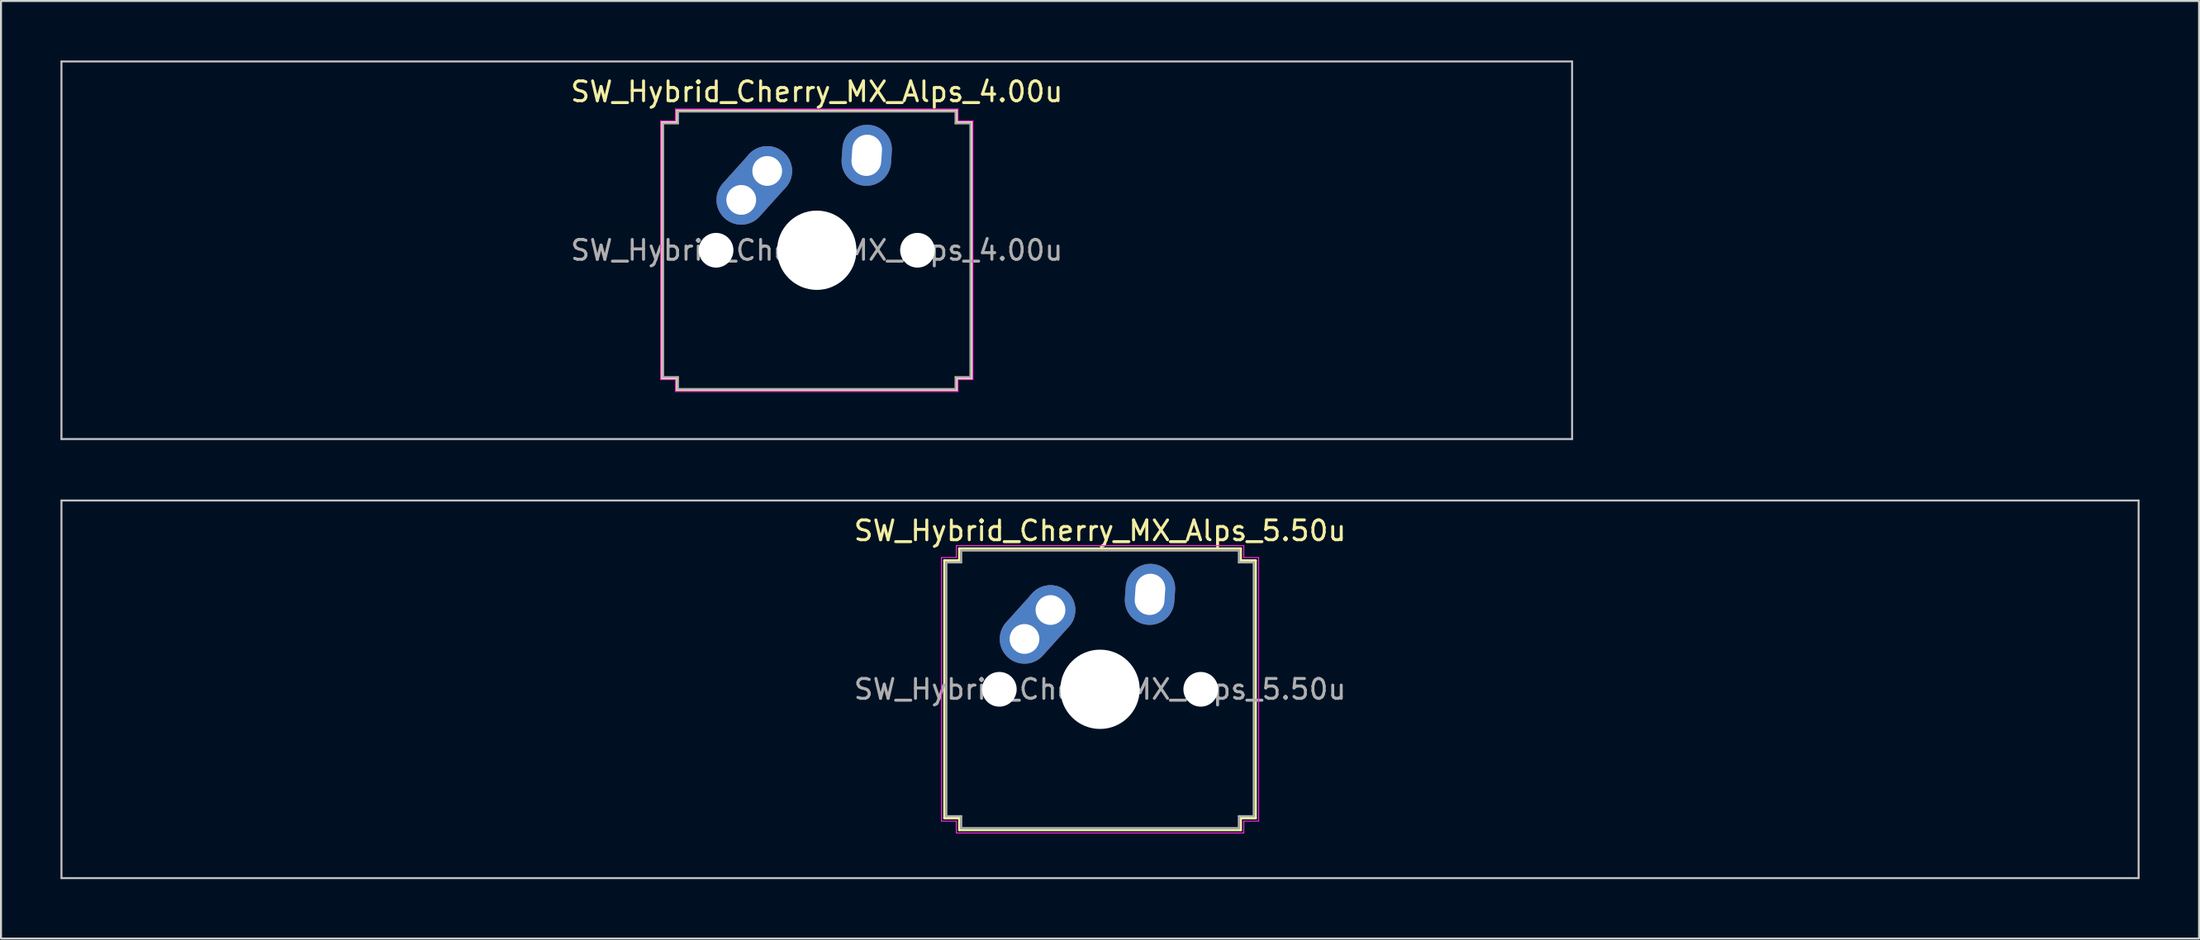
<source format=kicad_pcb>
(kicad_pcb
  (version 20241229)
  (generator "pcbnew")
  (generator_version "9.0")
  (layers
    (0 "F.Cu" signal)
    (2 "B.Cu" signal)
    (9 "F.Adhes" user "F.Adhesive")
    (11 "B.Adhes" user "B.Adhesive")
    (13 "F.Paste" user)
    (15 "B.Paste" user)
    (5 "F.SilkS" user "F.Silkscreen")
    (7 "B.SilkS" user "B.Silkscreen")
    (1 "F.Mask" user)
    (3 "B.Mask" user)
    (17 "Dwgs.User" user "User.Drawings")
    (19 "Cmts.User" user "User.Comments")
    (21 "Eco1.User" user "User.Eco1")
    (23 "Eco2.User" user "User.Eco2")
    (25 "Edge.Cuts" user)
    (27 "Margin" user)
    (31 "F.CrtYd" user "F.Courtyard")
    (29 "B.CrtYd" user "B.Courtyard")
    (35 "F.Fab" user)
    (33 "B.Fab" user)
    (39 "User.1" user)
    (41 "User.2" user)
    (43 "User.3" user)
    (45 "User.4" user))
  (footprint "SW_Hybrid_Cherry_MX_Alps_5.50u"
    (layer "F.Cu")
    (at 52.438 31.725)
    (property "Reference" "SW_Hybrid_Cherry_MX_Alps_5.50u" (at 0 -8 0) (layer "F.SilkS") (effects (font (size 1 1) (thickness 0.15))))
    (attr through_hole)
    (fp_line (start -7.85 -6.5) (end -7.1 -6.5) (stroke (width 0.12) (type solid)) (layer "F.SilkS"))
    (fp_line (start -7.85 6.5) (end -7.85 -6.5) (stroke (width 0.12) (type solid)) (layer "F.SilkS"))
    (fp_line (start -7.1 -7.1) (end 7.1 -7.1) (stroke (width 0.12) (type solid)) (layer "F.SilkS"))
    (fp_line (start -7.1 -6.5) (end -7.1 -7.1) (stroke (width 0.12) (type solid)) (layer "F.SilkS"))
    (fp_line (start -7.1 6.5) (end -7.85 6.5) (stroke (width 0.12) (type solid)) (layer "F.SilkS"))
    (fp_line (start -7.1 7.1) (end -7.1 6.5) (stroke (width 0.12) (type solid)) (layer "F.SilkS"))
    (fp_line (start 7.1 -7.1) (end 7.1 -6.5) (stroke (width 0.12) (type solid)) (layer "F.SilkS"))
    (fp_line (start 7.1 -6.5) (end 7.85 -6.5) (stroke (width 0.12) (type solid)) (layer "F.SilkS"))
    (fp_line (start 7.1 6.5) (end 7.1 7.1) (stroke (width 0.12) (type solid)) (layer "F.SilkS"))
    (fp_line (start 7.1 7.1) (end -7.1 7.1) (stroke (width 0.12) (type solid)) (layer "F.SilkS"))
    (fp_line (start 7.85 -6.5) (end 7.85 6.5) (stroke (width 0.12) (type solid)) (layer "F.SilkS"))
    (fp_line (start 7.85 6.5) (end 7.1 6.5) (stroke (width 0.12) (type solid)) (layer "F.SilkS"))
    (fp_line (start -52.388 -9.525) (end -52.388 9.525) (stroke (width 0.1) (type solid)) (layer "Dwgs.User"))
    (fp_line (start -52.388 9.525) (end 52.388 9.525) (stroke (width 0.1) (type solid)) (layer "Dwgs.User"))
    (fp_line (start 52.388 -9.525) (end -52.388 -9.525) (stroke (width 0.1) (type solid)) (layer "Dwgs.User"))
    (fp_line (start 52.388 9.525) (end 52.388 -9.525) (stroke (width 0.1) (type solid)) (layer "Dwgs.User"))
    (fp_line (start -8 -6.65) (end -7.25 -6.65) (stroke (width 0.05) (type solid)) (layer "F.CrtYd"))
    (fp_line (start -8 6.65) (end -8 -6.65) (stroke (width 0.05) (type solid)) (layer "F.CrtYd"))
    (fp_line (start -7.25 -7.25) (end 7.25 -7.25) (stroke (width 0.05) (type solid)) (layer "F.CrtYd"))
    (fp_line (start -7.25 -6.65) (end -7.25 -7.25) (stroke (width 0.05) (type solid)) (layer "F.CrtYd"))
    (fp_line (start -7.25 6.65) (end -8 6.65) (stroke (width 0.05) (type solid)) (layer "F.CrtYd"))
    (fp_line (start -7.25 7.25) (end -7.25 6.65) (stroke (width 0.05) (type solid)) (layer "F.CrtYd"))
    (fp_line (start 7.25 -7.25) (end 7.25 -6.65) (stroke (width 0.05) (type solid)) (layer "F.CrtYd"))
    (fp_line (start 7.25 -6.65) (end 8 -6.65) (stroke (width 0.05) (type solid)) (layer "F.CrtYd"))
    (fp_line (start 7.25 6.65) (end 7.25 7.25) (stroke (width 0.05) (type solid)) (layer "F.CrtYd"))
    (fp_line (start 7.25 7.25) (end -7.25 7.25) (stroke (width 0.05) (type solid)) (layer "F.CrtYd"))
    (fp_line (start 8 -6.65) (end 8 6.65) (stroke (width 0.05) (type solid)) (layer "F.CrtYd"))
    (fp_line (start 8 6.65) (end 7.25 6.65) (stroke (width 0.05) (type solid)) (layer "F.CrtYd"))
    (fp_line (start -7.75 -6.4) (end -7 -6.4) (stroke (width 0.1) (type solid)) (layer "F.Fab"))
    (fp_line (start -7.75 6.4) (end -7.75 -6.4) (stroke (width 0.1) (type solid)) (layer "F.Fab"))
    (fp_line (start -7 -7) (end 7 -7) (stroke (width 0.1) (type solid)) (layer "F.Fab"))
    (fp_line (start -7 -6.4) (end -7 -7) (stroke (width 0.1) (type solid)) (layer "F.Fab"))
    (fp_line (start -7 6.4) (end -7.75 6.4) (stroke (width 0.1) (type solid)) (layer "F.Fab"))
    (fp_line (start -7 7) (end -7 6.4) (stroke (width 0.1) (type solid)) (layer "F.Fab"))
    (fp_line (start 7 -7) (end 7 -6.4) (stroke (width 0.1) (type solid)) (layer "F.Fab"))
    (fp_line (start 7 -6.4) (end 7.75 -6.4) (stroke (width 0.1) (type solid)) (layer "F.Fab"))
    (fp_line (start 7 6.4) (end 7 7) (stroke (width 0.1) (type solid)) (layer "F.Fab"))
    (fp_line (start 7 7) (end -7 7) (stroke (width 0.1) (type solid)) (layer "F.Fab"))
    (fp_line (start 7.75 -6.4) (end 7.75 6.4) (stroke (width 0.1) (type solid)) (layer "F.Fab"))
    (fp_line (start 7.75 6.4) (end 7 6.4) (stroke (width 0.1) (type solid)) (layer "F.Fab"))
    (fp_text user "${REFERENCE}" (at 0 0 0) (layer "F.Fab") (effects (font (size 1 1) (thickness 0.15))))
    (pad "" np_thru_hole circle (at -5.08 0) (size 1.75 1.75) (drill 1.75) (layers "*.Cu" "*.Mask"))
    (pad "" np_thru_hole circle (at 0 0) (size 4 4) (drill 4) (layers "*.Cu" "*.Mask"))
    (pad "" np_thru_hole circle (at 5.08 0) (size 1.75 1.75) (drill 1.75) (layers "*.Cu" "*.Mask"))
    (pad "1" thru_hole oval (at -3.81 -2.54 48) (size 4.462 2.5) (drill 1.5 (offset 0.981 0)) (layers "*.Cu" "B.Mask"))
    (pad "1" thru_hole circle (at -2.5 -4) (size 2.5 2.5) (drill 1.5) (layers "*.Cu" "B.Mask"))
    (pad "2" thru_hole oval (at 2.52 -4.79 86) (size 3.081 2.5) (drill oval 2.081 1.5) (layers "*.Cu" "B.Mask")))
  (footprint "SW_Hybrid_Cherry_MX_Alps_4.00u"
    (layer "F.Cu")
    (at 38.15 9.575)
    (property "Reference" "SW_Hybrid_Cherry_MX_Alps_4.00u" (at 0 -8 0) (layer "F.SilkS") (effects (font (size 1 1) (thickness 0.15))))
    (attr through_hole)
    (fp_line (start -7.8 -6.45) (end -7.05 -6.45) (stroke (width 0.12) (type solid)) (layer "F.SilkS"))
    (fp_line (start -7.8 6.45) (end -7.8 -6.45) (stroke (width 0.12) (type solid)) (layer "F.SilkS"))
    (fp_line (start -7.05 -7.05) (end 7.05 -7.05) (stroke (width 0.12) (type solid)) (layer "F.SilkS"))
    (fp_line (start -7.05 -6.45) (end -7.05 -7.05) (stroke (width 0.12) (type solid)) (layer "F.SilkS"))
    (fp_line (start -7.05 6.45) (end -7.8 6.45) (stroke (width 0.12) (type solid)) (layer "F.SilkS"))
    (fp_line (start -7.05 7.05) (end -7.05 6.45) (stroke (width 0.12) (type solid)) (layer "F.SilkS"))
    (fp_line (start 7.05 -7.05) (end 7.05 -6.45) (stroke (width 0.12) (type solid)) (layer "F.SilkS"))
    (fp_line (start 7.05 -6.45) (end 7.8 -6.45) (stroke (width 0.12) (type solid)) (layer "F.SilkS"))
    (fp_line (start 7.05 6.45) (end 7.05 7.05) (stroke (width 0.12) (type solid)) (layer "F.SilkS"))
    (fp_line (start 7.05 7.05) (end -7.05 7.05) (stroke (width 0.12) (type solid)) (layer "F.SilkS"))
    (fp_line (start 7.8 -6.45) (end 7.8 6.45) (stroke (width 0.12) (type solid)) (layer "F.SilkS"))
    (fp_line (start 7.8 6.45) (end 7.05 6.45) (stroke (width 0.12) (type solid)) (layer "F.SilkS"))
    (fp_line (start -38.1 -9.525) (end -38.1 9.525) (stroke (width 0.1) (type solid)) (layer "Dwgs.User"))
    (fp_line (start -38.1 9.525) (end 38.1 9.525) (stroke (width 0.1) (type solid)) (layer "Dwgs.User"))
    (fp_line (start 38.1 -9.525) (end -38.1 -9.525) (stroke (width 0.1) (type solid)) (layer "Dwgs.User"))
    (fp_line (start 38.1 9.525) (end 38.1 -9.525) (stroke (width 0.1) (type solid)) (layer "Dwgs.User"))
    (fp_line (start -7.875 -6.525) (end -7.125 -6.525) (stroke (width 0.05) (type solid)) (layer "F.CrtYd"))
    (fp_line (start -7.875 6.525) (end -7.875 -6.525) (stroke (width 0.05) (type solid)) (layer "F.CrtYd"))
    (fp_line (start -7.125 -7.125) (end 7.125 -7.125) (stroke (width 0.05) (type solid)) (layer "F.CrtYd"))
    (fp_line (start -7.125 -6.525) (end -7.125 -7.125) (stroke (width 0.05) (type solid)) (layer "F.CrtYd"))
    (fp_line (start -7.125 6.525) (end -7.875 6.525) (stroke (width 0.05) (type solid)) (layer "F.CrtYd"))
    (fp_line (start -7.125 7.125) (end -7.125 6.525) (stroke (width 0.05) (type solid)) (layer "F.CrtYd"))
    (fp_line (start 7.125 -7.125) (end 7.125 -6.525) (stroke (width 0.05) (type solid)) (layer "F.CrtYd"))
    (fp_line (start 7.125 -6.525) (end 7.875 -6.525) (stroke (width 0.05) (type solid)) (layer "F.CrtYd"))
    (fp_line (start 7.125 6.525) (end 7.125 7.125) (stroke (width 0.05) (type solid)) (layer "F.CrtYd"))
    (fp_line (start 7.125 7.125) (end -7.125 7.125) (stroke (width 0.05) (type solid)) (layer "F.CrtYd"))
    (fp_line (start 7.875 -6.525) (end 7.875 6.525) (stroke (width 0.05) (type solid)) (layer "F.CrtYd"))
    (fp_line (start 7.875 6.525) (end 7.125 6.525) (stroke (width 0.05) (type solid)) (layer "F.CrtYd"))
    (fp_line (start -7.75 -6.4) (end -7 -6.4) (stroke (width 0.1) (type solid)) (layer "F.Fab"))
    (fp_line (start -7.75 6.4) (end -7.75 -6.4) (stroke (width 0.1) (type solid)) (layer "F.Fab"))
    (fp_line (start -7 -7) (end 7 -7) (stroke (width 0.1) (type solid)) (layer "F.Fab"))
    (fp_line (start -7 -6.4) (end -7 -7) (stroke (width 0.1) (type solid)) (layer "F.Fab"))
    (fp_line (start -7 6.4) (end -7.75 6.4) (stroke (width 0.1) (type solid)) (layer "F.Fab"))
    (fp_line (start -7 7) (end -7 6.4) (stroke (width 0.1) (type solid)) (layer "F.Fab"))
    (fp_line (start 7 -7) (end 7 -6.4) (stroke (width 0.1) (type solid)) (layer "F.Fab"))
    (fp_line (start 7 -6.4) (end 7.75 -6.4) (stroke (width 0.1) (type solid)) (layer "F.Fab"))
    (fp_line (start 7 6.4) (end 7 7) (stroke (width 0.1) (type solid)) (layer "F.Fab"))
    (fp_line (start 7 7) (end -7 7) (stroke (width 0.1) (type solid)) (layer "F.Fab"))
    (fp_line (start 7.75 -6.4) (end 7.75 6.4) (stroke (width 0.1) (type solid)) (layer "F.Fab"))
    (fp_line (start 7.75 6.4) (end 7 6.4) (stroke (width 0.1) (type solid)) (layer "F.Fab"))
    (fp_text user "${REFERENCE}" (at 0 0 0) (layer "F.Fab") (effects (font (size 1 1) (thickness 0.15))))
    (pad "" np_thru_hole circle (at -5.08 0) (size 1.75 1.75) (drill 1.75) (layers "*.Cu" "*.Mask"))
    (pad "" np_thru_hole circle (at 0 0) (size 4 4) (drill 4) (layers "*.Cu" "*.Mask"))
    (pad "" np_thru_hole circle (at 5.08 0) (size 1.75 1.75) (drill 1.75) (layers "*.Cu" "*.Mask"))
    (pad "1" thru_hole oval (at -3.81 -2.54 48) (size 4.462 2.5) (drill 1.5 (offset 0.981 0)) (layers "*.Cu" "B.Mask"))
    (pad "1" thru_hole circle (at -2.5 -4) (size 2.5 2.5) (drill 1.5) (layers "*.Cu" "B.Mask"))
    (pad "2" thru_hole oval (at 2.52 -4.79 86) (size 3.081 2.5) (drill oval 2.081 1.5) (layers "*.Cu" "B.Mask")))
  (gr_rect
    (start -3 -3)
    (end 107.875 44.3)
    (stroke (width 0.1) (type default))
    (fill no)
    (layer "Edge.Cuts")))
</source>
